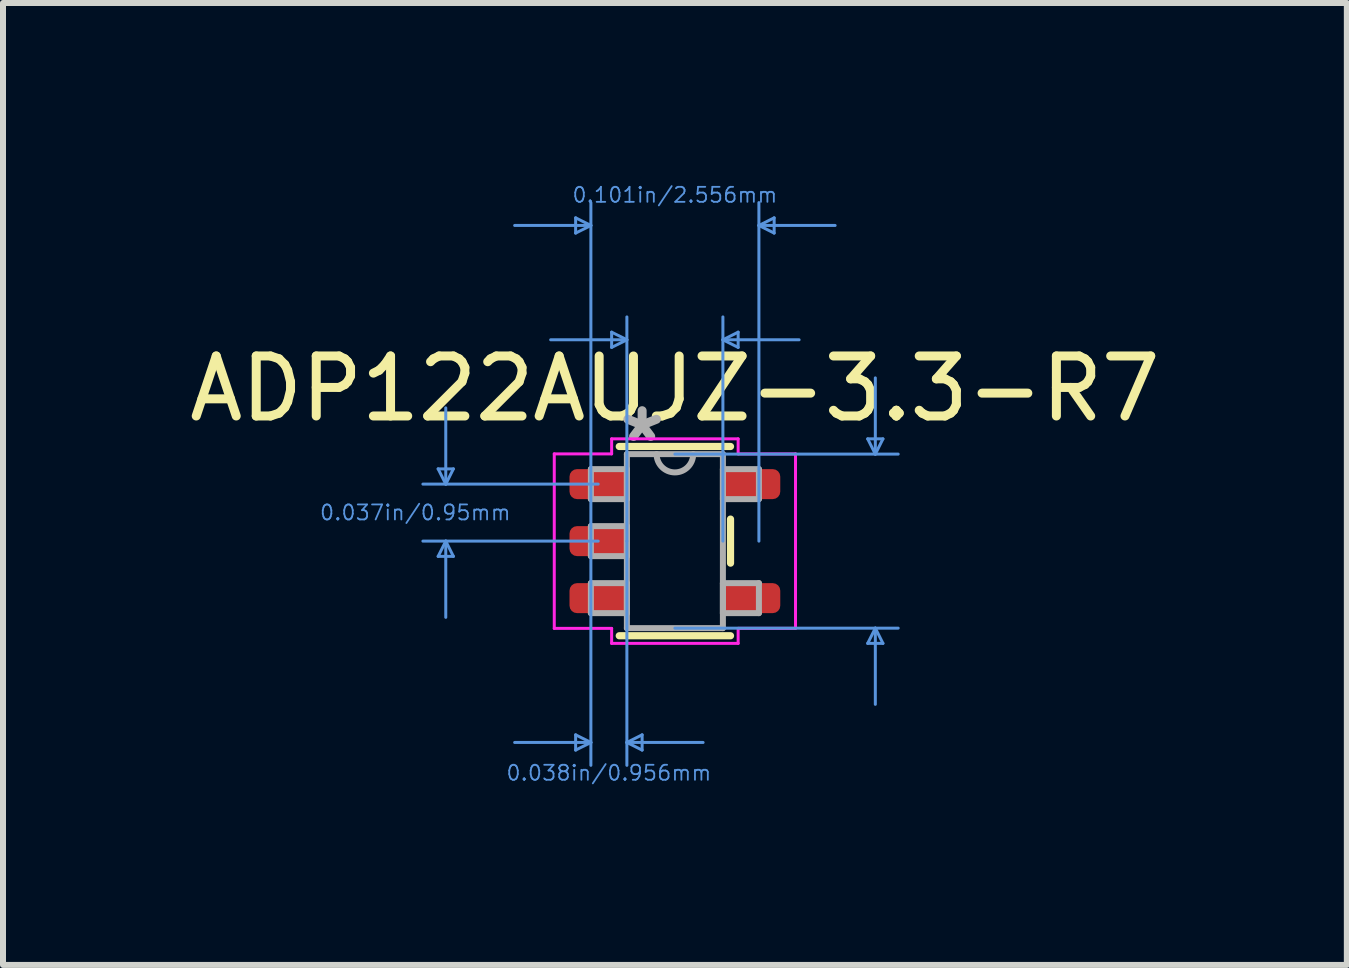
<source format=kicad_pcb>
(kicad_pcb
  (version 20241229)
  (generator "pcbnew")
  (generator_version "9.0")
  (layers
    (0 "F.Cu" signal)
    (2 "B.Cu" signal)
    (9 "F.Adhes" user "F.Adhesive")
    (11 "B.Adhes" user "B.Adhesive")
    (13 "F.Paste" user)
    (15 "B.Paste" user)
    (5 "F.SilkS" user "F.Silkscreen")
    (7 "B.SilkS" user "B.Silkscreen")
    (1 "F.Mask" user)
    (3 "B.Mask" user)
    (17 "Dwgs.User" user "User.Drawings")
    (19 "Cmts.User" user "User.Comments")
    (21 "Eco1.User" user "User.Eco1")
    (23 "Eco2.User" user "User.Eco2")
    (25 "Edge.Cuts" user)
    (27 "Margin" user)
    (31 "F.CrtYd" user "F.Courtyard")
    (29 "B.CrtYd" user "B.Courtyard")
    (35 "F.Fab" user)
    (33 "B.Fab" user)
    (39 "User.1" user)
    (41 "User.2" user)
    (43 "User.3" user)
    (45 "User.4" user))
  (footprint "ADP122AUJZ-3.3-R7"
    (layer "F.Cu")
    (at 8.196 5.967)
    (property "Reference" "ADP122AUJZ-3.3-R7" (at 0 -2.54 0) (layer "F.SilkS") (effects (font (size 1 1) (thickness 0.15))))
    (attr smd)
    (fp_line (start -0.927 1.577) (end 0.927 1.577) (stroke (width 0.12) (type solid)) (layer "F.SilkS"))
    (fp_line (start 0.927 -1.577) (end -0.927 -1.577) (stroke (width 0.12) (type solid)) (layer "F.SilkS"))
    (fp_line (start 0.927 0.367) (end 0.927 -0.367) (stroke (width 0.12) (type solid)) (layer "F.SilkS"))
    (fp_line (start -3.945 -1.204) (end -3.691 -1.204) (stroke (width 0.05) (type solid)) (layer "Cmts.User"))
    (fp_line (start -3.945 0.254) (end -3.691 0.254) (stroke (width 0.05) (type solid)) (layer "Cmts.User"))
    (fp_line (start -3.818 -0.95) (end -3.945 -1.204) (stroke (width 0.05) (type solid)) (layer "Cmts.User"))
    (fp_line (start -3.818 -0.95) (end -3.818 -2.22) (stroke (width 0.05) (type solid)) (layer "Cmts.User"))
    (fp_line (start -3.818 -0.95) (end -3.691 -1.204) (stroke (width 0.05) (type solid)) (layer "Cmts.User"))
    (fp_line (start -3.818 0) (end -3.945 0.254) (stroke (width 0.05) (type solid)) (layer "Cmts.User"))
    (fp_line (start -3.818 0) (end -3.818 1.27) (stroke (width 0.05) (type solid)) (layer "Cmts.User"))
    (fp_line (start -3.818 0) (end -3.691 0.254) (stroke (width 0.05) (type solid)) (layer "Cmts.User"))
    (fp_line (start -1.654 -5.387) (end -1.654 -5.133) (stroke (width 0.05) (type solid)) (layer "Cmts.User"))
    (fp_line (start -1.654 3.228) (end -1.654 3.482) (stroke (width 0.05) (type solid)) (layer "Cmts.User"))
    (fp_line (start -1.4 -5.26) (end -2.67 -5.26) (stroke (width 0.05) (type solid)) (layer "Cmts.User"))
    (fp_line (start -1.4 -5.26) (end -1.654 -5.387) (stroke (width 0.05) (type solid)) (layer "Cmts.User"))
    (fp_line (start -1.4 -5.26) (end -1.654 -5.133) (stroke (width 0.05) (type solid)) (layer "Cmts.User"))
    (fp_line (start -1.4 0) (end -1.4 -5.641) (stroke (width 0.05) (type solid)) (layer "Cmts.User"))
    (fp_line (start -1.4 0) (end -1.4 3.736) (stroke (width 0.05) (type solid)) (layer "Cmts.User"))
    (fp_line (start -1.4 3.355) (end -2.67 3.355) (stroke (width 0.05) (type solid)) (layer "Cmts.User"))
    (fp_line (start -1.4 3.355) (end -1.654 3.228) (stroke (width 0.05) (type solid)) (layer "Cmts.User"))
    (fp_line (start -1.4 3.355) (end -1.654 3.482) (stroke (width 0.05) (type solid)) (layer "Cmts.User"))
    (fp_line (start -1.278 -0.95) (end -4.199 -0.95) (stroke (width 0.05) (type solid)) (layer "Cmts.User"))
    (fp_line (start -1.278 0) (end -4.199 0) (stroke (width 0.05) (type solid)) (layer "Cmts.User"))
    (fp_line (start -1.054 -3.482) (end -1.054 -3.228) (stroke (width 0.05) (type solid)) (layer "Cmts.User"))
    (fp_line (start -0.8 -3.355) (end -2.07 -3.355) (stroke (width 0.05) (type solid)) (layer "Cmts.User"))
    (fp_line (start -0.8 -3.355) (end -1.054 -3.482) (stroke (width 0.05) (type solid)) (layer "Cmts.User"))
    (fp_line (start -0.8 -3.355) (end -1.054 -3.228) (stroke (width 0.05) (type solid)) (layer "Cmts.User"))
    (fp_line (start -0.8 0) (end -0.8 -3.736) (stroke (width 0.05) (type solid)) (layer "Cmts.User"))
    (fp_line (start -0.8 0) (end -0.8 3.736) (stroke (width 0.05) (type solid)) (layer "Cmts.User"))
    (fp_line (start -0.8 3.355) (end -0.546 3.228) (stroke (width 0.05) (type solid)) (layer "Cmts.User"))
    (fp_line (start -0.8 3.355) (end -0.546 3.482) (stroke (width 0.05) (type solid)) (layer "Cmts.User"))
    (fp_line (start -0.8 3.355) (end 0.47 3.355) (stroke (width 0.05) (type solid)) (layer "Cmts.User"))
    (fp_line (start -0.546 3.228) (end -0.546 3.482) (stroke (width 0.05) (type solid)) (layer "Cmts.User"))
    (fp_line (start 0 -1.45) (end 3.721 -1.45) (stroke (width 0.05) (type solid)) (layer "Cmts.User"))
    (fp_line (start 0 1.45) (end 3.721 1.45) (stroke (width 0.05) (type solid)) (layer "Cmts.User"))
    (fp_line (start 0.8 -3.355) (end 1.054 -3.482) (stroke (width 0.05) (type solid)) (layer "Cmts.User"))
    (fp_line (start 0.8 -3.355) (end 1.054 -3.228) (stroke (width 0.05) (type solid)) (layer "Cmts.User"))
    (fp_line (start 0.8 -3.355) (end 2.07 -3.355) (stroke (width 0.05) (type solid)) (layer "Cmts.User"))
    (fp_line (start 0.8 0) (end 0.8 -3.736) (stroke (width 0.05) (type solid)) (layer "Cmts.User"))
    (fp_line (start 1.054 -3.482) (end 1.054 -3.228) (stroke (width 0.05) (type solid)) (layer "Cmts.User"))
    (fp_line (start 1.4 -5.26) (end 1.654 -5.387) (stroke (width 0.05) (type solid)) (layer "Cmts.User"))
    (fp_line (start 1.4 -5.26) (end 1.654 -5.133) (stroke (width 0.05) (type solid)) (layer "Cmts.User"))
    (fp_line (start 1.4 -5.26) (end 2.67 -5.26) (stroke (width 0.05) (type solid)) (layer "Cmts.User"))
    (fp_line (start 1.4 0) (end 1.4 -5.641) (stroke (width 0.05) (type solid)) (layer "Cmts.User"))
    (fp_line (start 1.654 -5.387) (end 1.654 -5.133) (stroke (width 0.05) (type solid)) (layer "Cmts.User"))
    (fp_line (start 3.213 -1.704) (end 3.467 -1.704) (stroke (width 0.05) (type solid)) (layer "Cmts.User"))
    (fp_line (start 3.213 1.704) (end 3.467 1.704) (stroke (width 0.05) (type solid)) (layer "Cmts.User"))
    (fp_line (start 3.34 -1.45) (end 3.213 -1.704) (stroke (width 0.05) (type solid)) (layer "Cmts.User"))
    (fp_line (start 3.34 -1.45) (end 3.34 -2.72) (stroke (width 0.05) (type solid)) (layer "Cmts.User"))
    (fp_line (start 3.34 -1.45) (end 3.467 -1.704) (stroke (width 0.05) (type solid)) (layer "Cmts.User"))
    (fp_line (start 3.34 1.45) (end 3.213 1.704) (stroke (width 0.05) (type solid)) (layer "Cmts.User"))
    (fp_line (start 3.34 1.45) (end 3.34 2.72) (stroke (width 0.05) (type solid)) (layer "Cmts.User"))
    (fp_line (start 3.34 1.45) (end 3.467 1.704) (stroke (width 0.05) (type solid)) (layer "Cmts.User"))
    (fp_line (start -2.01 -1.454) (end -1.054 -1.454) (stroke (width 0.05) (type solid)) (layer "F.CrtYd"))
    (fp_line (start -2.01 1.454) (end -2.01 -1.454) (stroke (width 0.05) (type solid)) (layer "F.CrtYd"))
    (fp_line (start -1.054 -1.704) (end 1.054 -1.704) (stroke (width 0.05) (type solid)) (layer "F.CrtYd"))
    (fp_line (start -1.054 -1.454) (end -1.054 -1.704) (stroke (width 0.05) (type solid)) (layer "F.CrtYd"))
    (fp_line (start -1.054 1.454) (end -2.01 1.454) (stroke (width 0.05) (type solid)) (layer "F.CrtYd"))
    (fp_line (start -1.054 1.704) (end -1.054 1.454) (stroke (width 0.05) (type solid)) (layer "F.CrtYd"))
    (fp_line (start 1.054 -1.704) (end 1.054 -1.454) (stroke (width 0.05) (type solid)) (layer "F.CrtYd"))
    (fp_line (start 1.054 -1.454) (end 2.01 -1.454) (stroke (width 0.05) (type solid)) (layer "F.CrtYd"))
    (fp_line (start 1.054 1.454) (end 1.054 1.704) (stroke (width 0.05) (type solid)) (layer "F.CrtYd"))
    (fp_line (start 1.054 1.704) (end -1.054 1.704) (stroke (width 0.05) (type solid)) (layer "F.CrtYd"))
    (fp_line (start 2.01 -1.454) (end 2.01 1.454) (stroke (width 0.05) (type solid)) (layer "F.CrtYd"))
    (fp_line (start 2.01 1.454) (end 1.054 1.454) (stroke (width 0.05) (type solid)) (layer "F.CrtYd"))
    (fp_line (start -1.4 -1.2) (end -1.4 -0.7) (stroke (width 0.1) (type solid)) (layer "F.Fab"))
    (fp_line (start -1.4 -0.7) (end -0.8 -0.7) (stroke (width 0.1) (type solid)) (layer "F.Fab"))
    (fp_line (start -1.4 -0.25) (end -1.4 0.25) (stroke (width 0.1) (type solid)) (layer "F.Fab"))
    (fp_line (start -1.4 0.25) (end -0.8 0.25) (stroke (width 0.1) (type solid)) (layer "F.Fab"))
    (fp_line (start -1.4 0.7) (end -1.4 1.2) (stroke (width 0.1) (type solid)) (layer "F.Fab"))
    (fp_line (start -1.4 1.2) (end -0.8 1.2) (stroke (width 0.1) (type solid)) (layer "F.Fab"))
    (fp_line (start -0.8 -1.45) (end -0.8 1.45) (stroke (width 0.1) (type solid)) (layer "F.Fab"))
    (fp_line (start -0.8 -1.2) (end -1.4 -1.2) (stroke (width 0.1) (type solid)) (layer "F.Fab"))
    (fp_line (start -0.8 -0.7) (end -0.8 -1.2) (stroke (width 0.1) (type solid)) (layer "F.Fab"))
    (fp_line (start -0.8 -0.25) (end -1.4 -0.25) (stroke (width 0.1) (type solid)) (layer "F.Fab"))
    (fp_line (start -0.8 0.25) (end -0.8 -0.25) (stroke (width 0.1) (type solid)) (layer "F.Fab"))
    (fp_line (start -0.8 0.7) (end -1.4 0.7) (stroke (width 0.1) (type solid)) (layer "F.Fab"))
    (fp_line (start -0.8 1.2) (end -0.8 0.7) (stroke (width 0.1) (type solid)) (layer "F.Fab"))
    (fp_line (start -0.8 1.45) (end 0.8 1.45) (stroke (width 0.1) (type solid)) (layer "F.Fab"))
    (fp_line (start 0.8 -1.45) (end -0.8 -1.45) (stroke (width 0.1) (type solid)) (layer "F.Fab"))
    (fp_line (start 0.8 -1.2) (end 0.8 -0.7) (stroke (width 0.1) (type solid)) (layer "F.Fab"))
    (fp_line (start 0.8 -0.7) (end 1.4 -0.7) (stroke (width 0.1) (type solid)) (layer "F.Fab"))
    (fp_line (start 0.8 0.7) (end 0.8 1.2) (stroke (width 0.1) (type solid)) (layer "F.Fab"))
    (fp_line (start 0.8 1.2) (end 1.4 1.2) (stroke (width 0.1) (type solid)) (layer "F.Fab"))
    (fp_line (start 0.8 1.45) (end 0.8 -1.45) (stroke (width 0.1) (type solid)) (layer "F.Fab"))
    (fp_line (start 1.4 -1.2) (end 0.8 -1.2) (stroke (width 0.1) (type solid)) (layer "F.Fab"))
    (fp_line (start 1.4 -0.7) (end 1.4 -1.2) (stroke (width 0.1) (type solid)) (layer "F.Fab"))
    (fp_line (start 1.4 0.7) (end 0.8 0.7) (stroke (width 0.1) (type solid)) (layer "F.Fab"))
    (fp_line (start 1.4 1.2) (end 1.4 0.7) (stroke (width 0.1) (type solid)) (layer "F.Fab"))
    (fp_arc (start 0.3048 -1.45) (mid 0 -1.1452) (end -0.3048 -1.45) (stroke (width 0.1) (type solid)) (layer "F.Fab"))
    (fp_text user "0.038in/0.956mm" (at -1.1 3.863 0) (layer "Cmts.User") (effects (font (size 0.25 0.25) (thickness 0.03))))
    (fp_text user "0.101in/2.556mm" (at 0 -5.768 0) (layer "Cmts.User") (effects (font (size 0.25 0.25) (thickness 0.03))))
    (fp_text user "0.037in/0.95mm" (at -4.326 -0.475 0) (layer "Cmts.User") (effects (font (size 0.25 0.25) (thickness 0.03))))
    (fp_text user "*" (at -0.546 -1.628 0) (layer "F.Fab") (effects (font (size 1 1) (thickness 0.15))))
    (pad "1" smd roundrect (at -1.278 -0.95) (size 0.956 0.5) (layers "F.Cu" "F.Mask" "F.Paste") (roundrect_rratio 0.25))
    (pad "2" smd roundrect (at -1.278 0) (size 0.956 0.5) (layers "F.Cu" "F.Mask" "F.Paste") (roundrect_rratio 0.25))
    (pad "3" smd roundrect (at -1.278 0.95) (size 0.956 0.5) (layers "F.Cu" "F.Mask" "F.Paste") (roundrect_rratio 0.25))
    (pad "4" smd roundrect (at 1.278 0.95) (size 0.956 0.5) (layers "F.Cu" "F.Mask" "F.Paste") (roundrect_rratio 0.25))
    (pad "5" smd roundrect (at 1.278 -0.95) (size 0.956 0.5) (layers "F.Cu" "F.Mask" "F.Paste") (roundrect_rratio 0.25)))
  (gr_rect
    (start -3 -3)
    (end 19.393 13.029)
    (stroke (width 0.1) (type default))
    (fill no)
    (layer "Edge.Cuts")))
</source>
